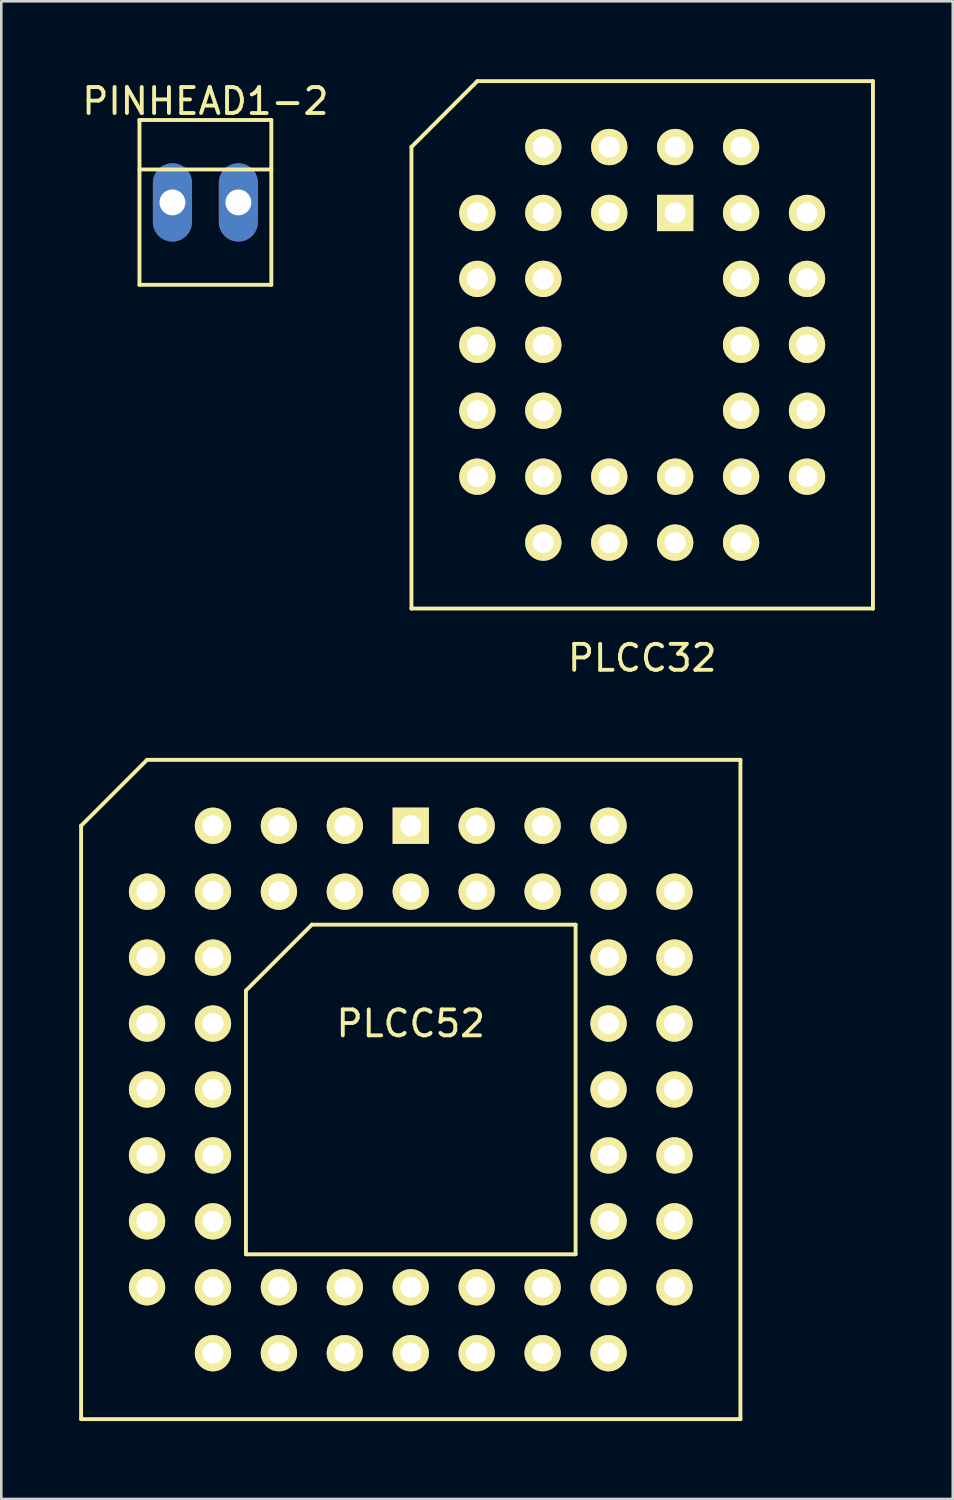
<source format=kicad_pcb>
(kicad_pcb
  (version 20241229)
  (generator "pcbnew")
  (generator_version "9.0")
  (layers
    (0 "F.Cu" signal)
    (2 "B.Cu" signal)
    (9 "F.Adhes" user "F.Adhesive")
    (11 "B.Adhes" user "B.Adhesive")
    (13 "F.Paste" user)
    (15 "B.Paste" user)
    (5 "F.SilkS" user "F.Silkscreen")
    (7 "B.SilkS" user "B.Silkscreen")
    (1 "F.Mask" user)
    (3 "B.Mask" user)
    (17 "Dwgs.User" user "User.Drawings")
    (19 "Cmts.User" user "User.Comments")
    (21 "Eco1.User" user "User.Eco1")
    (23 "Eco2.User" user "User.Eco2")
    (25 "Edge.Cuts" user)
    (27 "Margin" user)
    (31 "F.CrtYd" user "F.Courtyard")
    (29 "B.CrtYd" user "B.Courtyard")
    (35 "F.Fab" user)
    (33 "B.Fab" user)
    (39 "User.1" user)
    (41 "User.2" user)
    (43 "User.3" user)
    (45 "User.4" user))
  (footprint "PLCC52"
    (layer "F.Cu")
    (at 12.775 38.923)
    (property "Reference" "PLCC52" (at 0 -2.54 0) (layer "F.SilkS") (effects (font (size 1 1) (thickness 0.15))))
    (attr through_hole)
    (fp_line (start -12.7 -10.16) (end -10.16 -12.7) (stroke (width 0.15) (type solid)) (layer "F.SilkS"))
    (fp_line (start -12.7 12.7) (end -12.7 -10.16) (stroke (width 0.15) (type solid)) (layer "F.SilkS"))
    (fp_line (start -10.16 -12.7) (end 12.7 -12.7) (stroke (width 0.15) (type solid)) (layer "F.SilkS"))
    (fp_line (start -6.35 -3.81) (end -6.35 6.35) (stroke (width 0.15) (type solid)) (layer "F.SilkS"))
    (fp_line (start -6.35 6.35) (end 6.35 6.35) (stroke (width 0.15) (type solid)) (layer "F.SilkS"))
    (fp_line (start -3.81 -6.35) (end -6.35 -3.81) (stroke (width 0.15) (type solid)) (layer "F.SilkS"))
    (fp_line (start 6.35 -6.35) (end -3.81 -6.35) (stroke (width 0.15) (type solid)) (layer "F.SilkS"))
    (fp_line (start 6.35 6.35) (end 6.35 -6.35) (stroke (width 0.15) (type solid)) (layer "F.SilkS"))
    (fp_line (start 12.7 -12.7) (end 12.7 12.7) (stroke (width 0.15) (type solid)) (layer "F.SilkS"))
    (fp_line (start 12.7 12.7) (end -12.7 12.7) (stroke (width 0.15) (type solid)) (layer "F.SilkS"))
    (pad "1" thru_hole rect (at 0 -10.16) (size 1.397 1.397) (drill 0.813) (layers "*.Cu" "*.Mask" "F.SilkS"))
    (pad "2" thru_hole circle (at 0 -7.62) (size 1.397 1.397) (drill 0.813) (layers "*.Cu" "*.Mask" "F.SilkS"))
    (pad "3" thru_hole circle (at -2.54 -10.16) (size 1.397 1.397) (drill 0.813) (layers "*.Cu" "*.Mask" "F.SilkS"))
    (pad "4" thru_hole circle (at -2.54 -7.62) (size 1.397 1.397) (drill 0.813) (layers "*.Cu" "*.Mask" "F.SilkS"))
    (pad "5" thru_hole circle (at -5.08 -10.16) (size 1.397 1.397) (drill 0.813) (layers "*.Cu" "*.Mask" "F.SilkS"))
    (pad "6" thru_hole circle (at -5.08 -7.62) (size 1.397 1.397) (drill 0.813) (layers "*.Cu" "*.Mask" "F.SilkS"))
    (pad "7" thru_hole circle (at -7.62 -10.16) (size 1.397 1.397) (drill 0.813) (layers "*.Cu" "*.Mask" "F.SilkS"))
    (pad "8" thru_hole circle (at -10.16 -7.62) (size 1.397 1.397) (drill 0.813) (layers "*.Cu" "*.Mask" "F.SilkS"))
    (pad "9" thru_hole circle (at -7.62 -7.62) (size 1.397 1.397) (drill 0.813) (layers "*.Cu" "*.Mask" "F.SilkS"))
    (pad "10" thru_hole circle (at -10.16 -5.08) (size 1.397 1.397) (drill 0.813) (layers "*.Cu" "*.Mask" "F.SilkS"))
    (pad "11" thru_hole circle (at -7.62 -5.08) (size 1.397 1.397) (drill 0.813) (layers "*.Cu" "*.Mask" "F.SilkS"))
    (pad "12" thru_hole circle (at -10.16 -2.54) (size 1.397 1.397) (drill 0.813) (layers "*.Cu" "*.Mask" "F.SilkS"))
    (pad "13" thru_hole circle (at -7.62 -2.54) (size 1.397 1.397) (drill 0.813) (layers "*.Cu" "*.Mask" "F.SilkS"))
    (pad "14" thru_hole circle (at -10.16 0) (size 1.397 1.397) (drill 0.813) (layers "*.Cu" "*.Mask" "F.SilkS"))
    (pad "15" thru_hole circle (at -7.62 0) (size 1.397 1.397) (drill 0.813) (layers "*.Cu" "*.Mask" "F.SilkS"))
    (pad "16" thru_hole circle (at -10.16 2.54) (size 1.397 1.397) (drill 0.813) (layers "*.Cu" "*.Mask" "F.SilkS"))
    (pad "17" thru_hole circle (at -7.62 2.54) (size 1.397 1.397) (drill 0.813) (layers "*.Cu" "*.Mask" "F.SilkS"))
    (pad "18" thru_hole circle (at -10.16 5.08) (size 1.397 1.397) (drill 0.813) (layers "*.Cu" "*.Mask" "F.SilkS"))
    (pad "19" thru_hole circle (at -7.62 5.08) (size 1.397 1.397) (drill 0.813) (layers "*.Cu" "*.Mask" "F.SilkS"))
    (pad "20" thru_hole circle (at -10.16 7.62) (size 1.397 1.397) (drill 0.813) (layers "*.Cu" "*.Mask" "F.SilkS"))
    (pad "21" thru_hole circle (at -7.62 10.16) (size 1.397 1.397) (drill 0.813) (layers "*.Cu" "*.Mask" "F.SilkS"))
    (pad "22" thru_hole circle (at -7.62 7.62) (size 1.397 1.397) (drill 0.813) (layers "*.Cu" "*.Mask" "F.SilkS"))
    (pad "23" thru_hole circle (at -5.08 10.16) (size 1.397 1.397) (drill 0.813) (layers "*.Cu" "*.Mask" "F.SilkS"))
    (pad "24" thru_hole circle (at -5.08 7.62) (size 1.397 1.397) (drill 0.813) (layers "*.Cu" "*.Mask" "F.SilkS"))
    (pad "25" thru_hole circle (at -2.54 10.16) (size 1.397 1.397) (drill 0.813) (layers "*.Cu" "*.Mask" "F.SilkS"))
    (pad "26" thru_hole circle (at -2.54 7.62) (size 1.397 1.397) (drill 0.813) (layers "*.Cu" "*.Mask" "F.SilkS"))
    (pad "27" thru_hole circle (at 0 10.16) (size 1.397 1.397) (drill 0.813) (layers "*.Cu" "*.Mask" "F.SilkS"))
    (pad "28" thru_hole circle (at 0 7.62) (size 1.397 1.397) (drill 0.813) (layers "*.Cu" "*.Mask" "F.SilkS"))
    (pad "29" thru_hole circle (at 2.54 10.16) (size 1.397 1.397) (drill 0.813) (layers "*.Cu" "*.Mask" "F.SilkS"))
    (pad "30" thru_hole circle (at 2.54 7.62) (size 1.397 1.397) (drill 0.813) (layers "*.Cu" "*.Mask" "F.SilkS"))
    (pad "31" thru_hole circle (at 5.08 10.16) (size 1.397 1.397) (drill 0.813) (layers "*.Cu" "*.Mask" "F.SilkS"))
    (pad "32" thru_hole circle (at 5.08 7.62) (size 1.397 1.397) (drill 0.813) (layers "*.Cu" "*.Mask" "F.SilkS"))
    (pad "33" thru_hole circle (at 7.62 10.16) (size 1.397 1.397) (drill 0.813) (layers "*.Cu" "*.Mask" "F.SilkS"))
    (pad "34" thru_hole circle (at 10.16 7.62) (size 1.397 1.397) (drill 0.813) (layers "*.Cu" "*.Mask" "F.SilkS"))
    (pad "35" thru_hole circle (at 7.62 7.62) (size 1.397 1.397) (drill 0.813) (layers "*.Cu" "*.Mask" "F.SilkS"))
    (pad "36" thru_hole circle (at 10.16 5.08) (size 1.397 1.397) (drill 0.813) (layers "*.Cu" "*.Mask" "F.SilkS"))
    (pad "37" thru_hole circle (at 7.62 5.08) (size 1.397 1.397) (drill 0.813) (layers "*.Cu" "*.Mask" "F.SilkS"))
    (pad "38" thru_hole circle (at 10.16 2.54) (size 1.397 1.397) (drill 0.813) (layers "*.Cu" "*.Mask" "F.SilkS"))
    (pad "39" thru_hole circle (at 7.62 2.54) (size 1.397 1.397) (drill 0.813) (layers "*.Cu" "*.Mask" "F.SilkS"))
    (pad "40" thru_hole circle (at 10.16 0) (size 1.397 1.397) (drill 0.813) (layers "*.Cu" "*.Mask" "F.SilkS"))
    (pad "41" thru_hole circle (at 7.62 0) (size 1.397 1.397) (drill 0.813) (layers "*.Cu" "*.Mask" "F.SilkS"))
    (pad "42" thru_hole circle (at 10.16 -2.54) (size 1.397 1.397) (drill 0.813) (layers "*.Cu" "*.Mask" "F.SilkS"))
    (pad "43" thru_hole circle (at 7.62 -2.54) (size 1.397 1.397) (drill 0.813) (layers "*.Cu" "*.Mask" "F.SilkS"))
    (pad "44" thru_hole circle (at 10.16 -5.08) (size 1.397 1.397) (drill 0.813) (layers "*.Cu" "*.Mask" "F.SilkS"))
    (pad "45" thru_hole circle (at 7.62 -5.08) (size 1.397 1.397) (drill 0.813) (layers "*.Cu" "*.Mask" "F.SilkS"))
    (pad "46" thru_hole circle (at 10.16 -7.62) (size 1.397 1.397) (drill 0.813) (layers "*.Cu" "*.Mask" "F.SilkS"))
    (pad "47" thru_hole circle (at 7.62 -10.16) (size 1.397 1.397) (drill 0.813) (layers "*.Cu" "*.Mask" "F.SilkS"))
    (pad "48" thru_hole circle (at 7.62 -7.62) (size 1.397 1.397) (drill 0.813) (layers "*.Cu" "*.Mask" "F.SilkS"))
    (pad "49" thru_hole circle (at 5.08 -10.16) (size 1.397 1.397) (drill 0.813) (layers "*.Cu" "*.Mask" "F.SilkS"))
    (pad "50" thru_hole circle (at 5.08 -7.62) (size 1.397 1.397) (drill 0.813) (layers "*.Cu" "*.Mask" "F.SilkS"))
    (pad "51" thru_hole circle (at 2.54 -10.16) (size 1.397 1.397) (drill 0.813) (layers "*.Cu" "*.Mask" "F.SilkS"))
    (pad "52" thru_hole circle (at 2.54 -7.62) (size 1.397 1.397) (drill 0.813) (layers "*.Cu" "*.Mask" "F.SilkS")))
  (footprint "PINHEAD1-2"
    (layer "F.Cu")
    (at 4.863 4.748)
    (property "Reference" "PINHEAD1-2" (at 0 -3.9 0) (layer "F.SilkS") (effects (font (size 1 1) (thickness 0.15))))
    (attr exclude_from_pos_files exclude_from_bom)
    (fp_line (start -2.54 -3.175) (end -2.54 3.175) (stroke (width 0.15) (type solid)) (layer "F.SilkS"))
    (fp_line (start -2.54 -3.175) (end 2.54 -3.175) (stroke (width 0.15) (type solid)) (layer "F.SilkS"))
    (fp_line (start 2.54 -3.175) (end 2.54 3.175) (stroke (width 0.15) (type solid)) (layer "F.SilkS"))
    (fp_line (start 2.54 -1.27) (end -2.54 -1.27) (stroke (width 0.15) (type solid)) (layer "F.SilkS"))
    (fp_line (start 2.54 3.175) (end -2.54 3.175) (stroke (width 0.15) (type solid)) (layer "F.SilkS"))
    (pad "1" thru_hole oval (at -1.27 0) (size 1.506 3.015) (drill 0.998) (layers "*.Cu" "*.Mask"))
    (pad "2" thru_hole oval (at 1.27 0) (size 1.506 3.015) (drill 0.998) (layers "*.Cu" "*.Mask")))
  (footprint "PLCC32"
    (layer "F.Cu")
    (at 21.691 10.235)
    (property "Reference" "PLCC32" (at 0 12.065 0) (layer "F.SilkS") (effects (font (size 1 1) (thickness 0.15))))
    (attr through_hole)
    (fp_line (start -8.89 -7.62) (end -8.89 10.16) (stroke (width 0.15) (type solid)) (layer "F.SilkS"))
    (fp_line (start -8.89 10.16) (end 8.89 10.16) (stroke (width 0.15) (type solid)) (layer "F.SilkS"))
    (fp_line (start -6.35 -10.16) (end -8.89 -7.62) (stroke (width 0.15) (type solid)) (layer "F.SilkS"))
    (fp_line (start 8.89 -10.16) (end -6.35 -10.16) (stroke (width 0.15) (type solid)) (layer "F.SilkS"))
    (fp_line (start 8.89 -10.16) (end 8.89 10.16) (stroke (width 0.15) (type solid)) (layer "F.SilkS"))
    (pad "1" thru_hole rect (at 1.27 -5.08) (size 1.397 1.397) (drill 0.813) (layers "*.Cu" "*.Mask" "F.SilkS"))
    (pad "2" thru_hole circle (at -1.27 -7.62) (size 1.397 1.397) (drill 0.813) (layers "*.Cu" "*.Mask" "F.SilkS"))
    (pad "3" thru_hole circle (at -1.27 -5.08) (size 1.397 1.397) (drill 0.813) (layers "*.Cu" "*.Mask" "F.SilkS"))
    (pad "4" thru_hole circle (at -3.81 -7.62) (size 1.397 1.397) (drill 0.813) (layers "*.Cu" "*.Mask" "F.SilkS"))
    (pad "5" thru_hole circle (at -6.35 -5.08) (size 1.397 1.397) (drill 0.813) (layers "*.Cu" "*.Mask" "F.SilkS"))
    (pad "6" thru_hole circle (at -3.81 -5.08) (size 1.397 1.397) (drill 0.813) (layers "*.Cu" "*.Mask" "F.SilkS"))
    (pad "7" thru_hole circle (at -6.35 -2.54) (size 1.397 1.397) (drill 0.813) (layers "*.Cu" "*.Mask" "F.SilkS"))
    (pad "8" thru_hole circle (at -3.81 -2.54) (size 1.397 1.397) (drill 0.813) (layers "*.Cu" "*.Mask" "F.SilkS"))
    (pad "9" thru_hole circle (at -6.35 0) (size 1.397 1.397) (drill 0.813) (layers "*.Cu" "*.Mask" "F.SilkS"))
    (pad "10" thru_hole circle (at -3.81 0) (size 1.397 1.397) (drill 0.813) (layers "*.Cu" "*.Mask" "F.SilkS"))
    (pad "11" thru_hole circle (at -6.35 2.54) (size 1.397 1.397) (drill 0.813) (layers "*.Cu" "*.Mask" "F.SilkS"))
    (pad "12" thru_hole circle (at -3.81 2.54) (size 1.397 1.397) (drill 0.813) (layers "*.Cu" "*.Mask" "F.SilkS"))
    (pad "13" thru_hole circle (at -6.35 5.08) (size 1.397 1.397) (drill 0.813) (layers "*.Cu" "*.Mask" "F.SilkS"))
    (pad "14" thru_hole circle (at -3.81 7.62) (size 1.397 1.397) (drill 0.813) (layers "*.Cu" "*.Mask" "F.SilkS"))
    (pad "15" thru_hole circle (at -3.81 5.08) (size 1.397 1.397) (drill 0.813) (layers "*.Cu" "*.Mask" "F.SilkS"))
    (pad "16" thru_hole circle (at -1.27 7.62) (size 1.397 1.397) (drill 0.813) (layers "*.Cu" "*.Mask" "F.SilkS"))
    (pad "17" thru_hole circle (at -1.27 5.08) (size 1.397 1.397) (drill 0.813) (layers "*.Cu" "*.Mask" "F.SilkS"))
    (pad "18" thru_hole circle (at 1.27 7.62) (size 1.397 1.397) (drill 0.813) (layers "*.Cu" "*.Mask" "F.SilkS"))
    (pad "19" thru_hole circle (at 1.27 5.08) (size 1.397 1.397) (drill 0.813) (layers "*.Cu" "*.Mask" "F.SilkS"))
    (pad "20" thru_hole circle (at 3.81 7.62) (size 1.397 1.397) (drill 0.813) (layers "*.Cu" "*.Mask" "F.SilkS"))
    (pad "21" thru_hole circle (at 6.35 5.08) (size 1.397 1.397) (drill 0.813) (layers "*.Cu" "*.Mask" "F.SilkS"))
    (pad "22" thru_hole circle (at 3.81 5.08) (size 1.397 1.397) (drill 0.813) (layers "*.Cu" "*.Mask" "F.SilkS"))
    (pad "23" thru_hole circle (at 6.35 2.54) (size 1.397 1.397) (drill 0.813) (layers "*.Cu" "*.Mask" "F.SilkS"))
    (pad "24" thru_hole circle (at 3.81 2.54) (size 1.397 1.397) (drill 0.813) (layers "*.Cu" "*.Mask" "F.SilkS"))
    (pad "25" thru_hole circle (at 6.35 0) (size 1.397 1.397) (drill 0.813) (layers "*.Cu" "*.Mask" "F.SilkS"))
    (pad "26" thru_hole circle (at 3.81 0) (size 1.397 1.397) (drill 0.813) (layers "*.Cu" "*.Mask" "F.SilkS"))
    (pad "27" thru_hole circle (at 6.35 -2.54) (size 1.397 1.397) (drill 0.813) (layers "*.Cu" "*.Mask" "F.SilkS"))
    (pad "28" thru_hole circle (at 3.81 -2.54) (size 1.397 1.397) (drill 0.813) (layers "*.Cu" "*.Mask" "F.SilkS"))
    (pad "29" thru_hole circle (at 6.35 -5.08) (size 1.397 1.397) (drill 0.813) (layers "*.Cu" "*.Mask" "F.SilkS"))
    (pad "30" thru_hole circle (at 3.81 -7.62) (size 1.397 1.397) (drill 0.813) (layers "*.Cu" "*.Mask" "F.SilkS"))
    (pad "31" thru_hole circle (at 3.81 -5.08) (size 1.397 1.397) (drill 0.813) (layers "*.Cu" "*.Mask" "F.SilkS"))
    (pad "32" thru_hole circle (at 1.27 -7.62) (size 1.397 1.397) (drill 0.813) (layers "*.Cu" "*.Mask" "F.SilkS")))
  (gr_rect
    (start -3 -3)
    (end 33.656 54.698)
    (stroke (width 0.1) (type default))
    (fill no)
    (layer "Edge.Cuts")))
</source>
